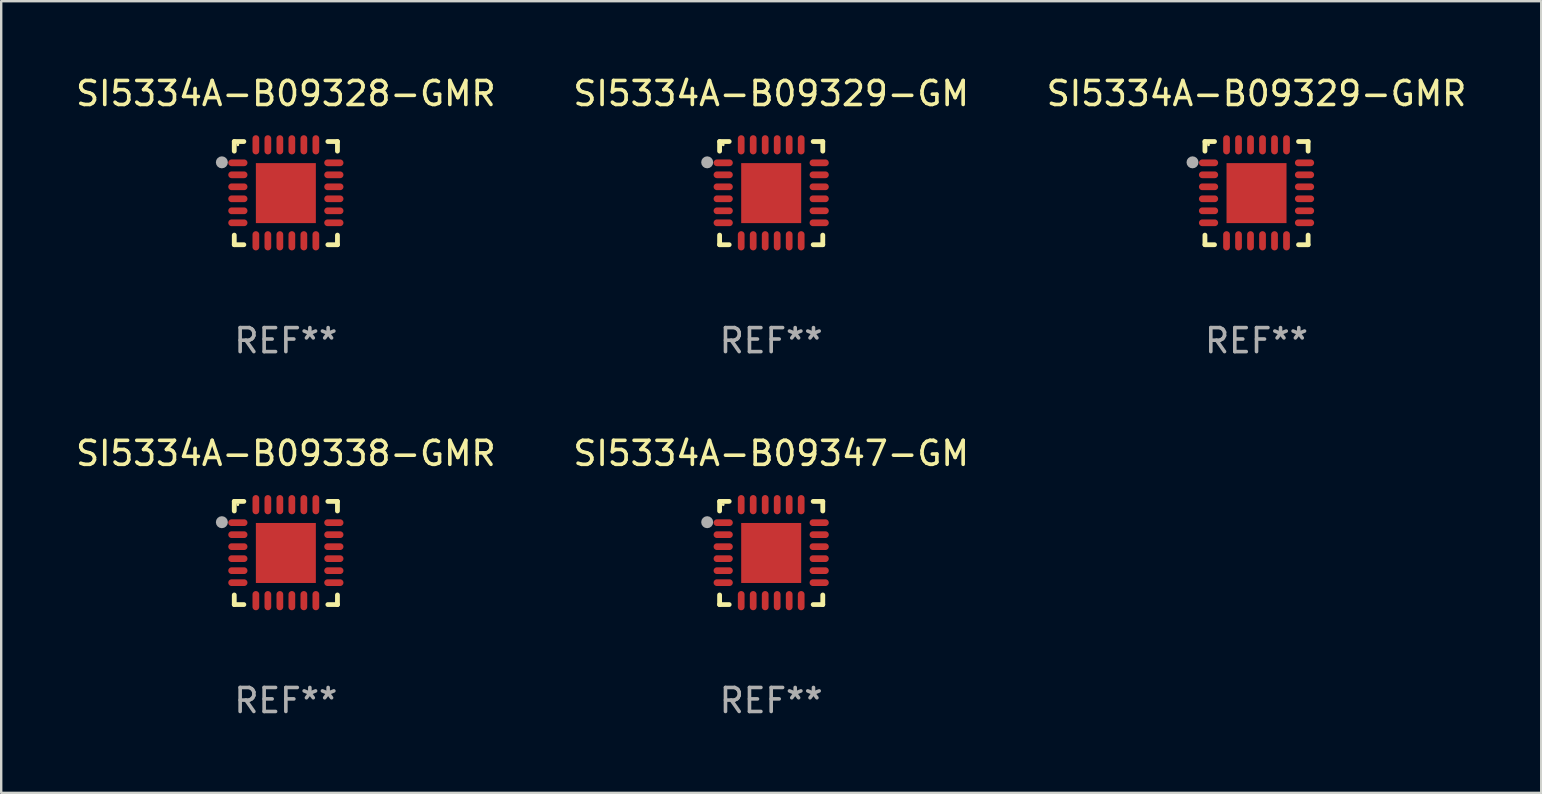
<source format=kicad_pcb>
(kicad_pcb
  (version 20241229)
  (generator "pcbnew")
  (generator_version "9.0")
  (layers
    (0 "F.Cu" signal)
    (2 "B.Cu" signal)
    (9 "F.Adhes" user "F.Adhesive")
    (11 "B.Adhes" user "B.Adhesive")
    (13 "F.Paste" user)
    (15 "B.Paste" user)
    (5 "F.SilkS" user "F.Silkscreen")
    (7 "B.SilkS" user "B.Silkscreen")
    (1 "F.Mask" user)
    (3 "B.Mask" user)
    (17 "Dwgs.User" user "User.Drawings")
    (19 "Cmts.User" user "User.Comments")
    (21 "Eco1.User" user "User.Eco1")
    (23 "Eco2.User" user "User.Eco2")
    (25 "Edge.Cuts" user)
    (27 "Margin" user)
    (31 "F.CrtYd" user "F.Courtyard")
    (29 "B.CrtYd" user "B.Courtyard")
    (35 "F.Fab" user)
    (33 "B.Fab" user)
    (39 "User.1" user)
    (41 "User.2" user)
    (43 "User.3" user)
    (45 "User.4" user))
  (footprint "SI5334A-B09329-GMR"
    (layer "F.Cu")
    (at 49.315 4.998)
    (property "Reference" "SI5334A-B09329-GMR" (at 0 -4.15 0) (layer "F.SilkS") (effects (font (size 1 1) (thickness 0.15))))
    (attr through_hole)
    (fp_line (start -2.15 -2.15) (end -1.75 -2.15) (stroke (width 0.2) (type solid)) (layer "F.SilkS"))
    (fp_line (start -2.15 -1.75) (end -2.15 -2.15) (stroke (width 0.2) (type solid)) (layer "F.SilkS"))
    (fp_line (start -2.15 2.15) (end -2.15 1.75) (stroke (width 0.2) (type solid)) (layer "F.SilkS"))
    (fp_line (start -1.75 2.15) (end -2.15 2.15) (stroke (width 0.2) (type solid)) (layer "F.SilkS"))
    (fp_line (start 1.75 -2.15) (end 2.15 -2.15) (stroke (width 0.2) (type solid)) (layer "F.SilkS"))
    (fp_line (start 1.75 2.15) (end 2.15 2.15) (stroke (width 0.2) (type solid)) (layer "F.SilkS"))
    (fp_line (start 2.15 -2.15) (end 2.15 -1.75) (stroke (width 0.2) (type solid)) (layer "F.SilkS"))
    (fp_line (start 2.15 2.15) (end 2.15 1.75) (stroke (width 0.2) (type solid)) (layer "F.SilkS"))
    (fp_circle (center -2 -2.013) (end -1.97 -2.013) (stroke (width 0.06) (type solid)) (fill no) (layer "F.SilkS"))
    (fp_circle (center -2.667 -1.283) (end -2.542 -1.283) (stroke (width 0.25) (type solid)) (fill no) (layer "F.Fab"))
    (fp_text user "REF**" (at 0 6.15 0) (layer "F.Fab") (effects (font (size 1 1) (thickness 0.15))))
    (pad "1" smd oval (at -2 -1.263) (size 0.8 0.28) (layers "F.Cu" "F.Mask" "F.Paste"))
    (pad "2" smd oval (at -2 -0.763) (size 0.8 0.28) (layers "F.Cu" "F.Mask" "F.Paste"))
    (pad "3" smd oval (at -2 -0.263) (size 0.8 0.28) (layers "F.Cu" "F.Mask" "F.Paste"))
    (pad "4" smd oval (at -2 0.237) (size 0.8 0.28) (layers "F.Cu" "F.Mask" "F.Paste"))
    (pad "5" smd oval (at -2 0.737) (size 0.8 0.28) (layers "F.Cu" "F.Mask" "F.Paste"))
    (pad "6" smd oval (at -2 1.237) (size 0.8 0.28) (layers "F.Cu" "F.Mask" "F.Paste"))
    (pad "7" smd oval (at -1.25 1.987) (size 0.28 0.8) (layers "F.Cu" "F.Mask" "F.Paste"))
    (pad "8" smd oval (at -0.75 1.987) (size 0.28 0.8) (layers "F.Cu" "F.Mask" "F.Paste"))
    (pad "9" smd oval (at -0.25 1.987) (size 0.28 0.8) (layers "F.Cu" "F.Mask" "F.Paste"))
    (pad "10" smd oval (at 0.25 1.987) (size 0.28 0.8) (layers "F.Cu" "F.Mask" "F.Paste"))
    (pad "11" smd oval (at 0.75 1.987) (size 0.28 0.8) (layers "F.Cu" "F.Mask" "F.Paste"))
    (pad "12" smd oval (at 1.25 1.987) (size 0.28 0.8) (layers "F.Cu" "F.Mask" "F.Paste"))
    (pad "13" smd oval (at 2 1.237) (size 0.8 0.28) (layers "F.Cu" "F.Mask" "F.Paste"))
    (pad "14" smd oval (at 2 0.737) (size 0.8 0.28) (layers "F.Cu" "F.Mask" "F.Paste"))
    (pad "15" smd oval (at 2 0.237) (size 0.8 0.28) (layers "F.Cu" "F.Mask" "F.Paste"))
    (pad "16" smd oval (at 2 -0.263) (size 0.8 0.28) (layers "F.Cu" "F.Mask" "F.Paste"))
    (pad "17" smd oval (at 2 -0.763) (size 0.8 0.28) (layers "F.Cu" "F.Mask" "F.Paste"))
    (pad "18" smd oval (at 2 -1.263) (size 0.8 0.28) (layers "F.Cu" "F.Mask" "F.Paste"))
    (pad "19" smd oval (at 1.25 -2.013) (size 0.28 0.8) (layers "F.Cu" "F.Mask" "F.Paste"))
    (pad "20" smd oval (at 0.75 -2.013) (size 0.28 0.8) (layers "F.Cu" "F.Mask" "F.Paste"))
    (pad "21" smd oval (at 0.25 -2.013) (size 0.28 0.8) (layers "F.Cu" "F.Mask" "F.Paste"))
    (pad "22" smd oval (at -0.25 -2.013) (size 0.28 0.8) (layers "F.Cu" "F.Mask" "F.Paste"))
    (pad "23" smd oval (at -0.75 -2.013) (size 0.28 0.8) (layers "F.Cu" "F.Mask" "F.Paste"))
    (pad "24" smd oval (at -1.25 -2.013) (size 0.28 0.8) (layers "F.Cu" "F.Mask" "F.Paste"))
    (pad "25" smd rect (at -0.000127 -0.00014) (size 2.5 2.5) (layers "F.Cu" "F.Mask" "F.Paste")))
  (footprint "SI5334A-B09328-GMR"
    (layer "F.Cu")
    (at 8.863 4.998)
    (property "Reference" "SI5334A-B09328-GMR" (at 0 -4.15 0) (layer "F.SilkS") (effects (font (size 1 1) (thickness 0.15))))
    (attr through_hole)
    (fp_line (start -2.15 -2.15) (end -1.75 -2.15) (stroke (width 0.2) (type solid)) (layer "F.SilkS"))
    (fp_line (start -2.15 -1.75) (end -2.15 -2.15) (stroke (width 0.2) (type solid)) (layer "F.SilkS"))
    (fp_line (start -2.15 2.15) (end -2.15 1.75) (stroke (width 0.2) (type solid)) (layer "F.SilkS"))
    (fp_line (start -1.75 2.15) (end -2.15 2.15) (stroke (width 0.2) (type solid)) (layer "F.SilkS"))
    (fp_line (start 1.75 -2.15) (end 2.15 -2.15) (stroke (width 0.2) (type solid)) (layer "F.SilkS"))
    (fp_line (start 1.75 2.15) (end 2.15 2.15) (stroke (width 0.2) (type solid)) (layer "F.SilkS"))
    (fp_line (start 2.15 -2.15) (end 2.15 -1.75) (stroke (width 0.2) (type solid)) (layer "F.SilkS"))
    (fp_line (start 2.15 2.15) (end 2.15 1.75) (stroke (width 0.2) (type solid)) (layer "F.SilkS"))
    (fp_circle (center -2 -2.013) (end -1.97 -2.013) (stroke (width 0.06) (type solid)) (fill no) (layer "F.SilkS"))
    (fp_circle (center -2.667 -1.283) (end -2.542 -1.283) (stroke (width 0.25) (type solid)) (fill no) (layer "F.Fab"))
    (fp_text user "REF**" (at 0 6.15 0) (layer "F.Fab") (effects (font (size 1 1) (thickness 0.15))))
    (pad "1" smd oval (at -2 -1.263) (size 0.8 0.28) (layers "F.Cu" "F.Mask" "F.Paste"))
    (pad "2" smd oval (at -2 -0.763) (size 0.8 0.28) (layers "F.Cu" "F.Mask" "F.Paste"))
    (pad "3" smd oval (at -2 -0.263) (size 0.8 0.28) (layers "F.Cu" "F.Mask" "F.Paste"))
    (pad "4" smd oval (at -2 0.237) (size 0.8 0.28) (layers "F.Cu" "F.Mask" "F.Paste"))
    (pad "5" smd oval (at -2 0.737) (size 0.8 0.28) (layers "F.Cu" "F.Mask" "F.Paste"))
    (pad "6" smd oval (at -2 1.237) (size 0.8 0.28) (layers "F.Cu" "F.Mask" "F.Paste"))
    (pad "7" smd oval (at -1.25 1.987) (size 0.28 0.8) (layers "F.Cu" "F.Mask" "F.Paste"))
    (pad "8" smd oval (at -0.75 1.987) (size 0.28 0.8) (layers "F.Cu" "F.Mask" "F.Paste"))
    (pad "9" smd oval (at -0.25 1.987) (size 0.28 0.8) (layers "F.Cu" "F.Mask" "F.Paste"))
    (pad "10" smd oval (at 0.25 1.987) (size 0.28 0.8) (layers "F.Cu" "F.Mask" "F.Paste"))
    (pad "11" smd oval (at 0.75 1.987) (size 0.28 0.8) (layers "F.Cu" "F.Mask" "F.Paste"))
    (pad "12" smd oval (at 1.25 1.987) (size 0.28 0.8) (layers "F.Cu" "F.Mask" "F.Paste"))
    (pad "13" smd oval (at 2 1.237) (size 0.8 0.28) (layers "F.Cu" "F.Mask" "F.Paste"))
    (pad "14" smd oval (at 2 0.737) (size 0.8 0.28) (layers "F.Cu" "F.Mask" "F.Paste"))
    (pad "15" smd oval (at 2 0.237) (size 0.8 0.28) (layers "F.Cu" "F.Mask" "F.Paste"))
    (pad "16" smd oval (at 2 -0.263) (size 0.8 0.28) (layers "F.Cu" "F.Mask" "F.Paste"))
    (pad "17" smd oval (at 2 -0.763) (size 0.8 0.28) (layers "F.Cu" "F.Mask" "F.Paste"))
    (pad "18" smd oval (at 2 -1.263) (size 0.8 0.28) (layers "F.Cu" "F.Mask" "F.Paste"))
    (pad "19" smd oval (at 1.25 -2.013) (size 0.28 0.8) (layers "F.Cu" "F.Mask" "F.Paste"))
    (pad "20" smd oval (at 0.75 -2.013) (size 0.28 0.8) (layers "F.Cu" "F.Mask" "F.Paste"))
    (pad "21" smd oval (at 0.25 -2.013) (size 0.28 0.8) (layers "F.Cu" "F.Mask" "F.Paste"))
    (pad "22" smd oval (at -0.25 -2.013) (size 0.28 0.8) (layers "F.Cu" "F.Mask" "F.Paste"))
    (pad "23" smd oval (at -0.75 -2.013) (size 0.28 0.8) (layers "F.Cu" "F.Mask" "F.Paste"))
    (pad "24" smd oval (at -1.25 -2.013) (size 0.28 0.8) (layers "F.Cu" "F.Mask" "F.Paste"))
    (pad "25" smd rect (at -0.000127 -0.00014) (size 2.5 2.5) (layers "F.Cu" "F.Mask" "F.Paste")))
  (footprint "SI5334A-B09338-GMR"
    (layer "F.Cu")
    (at 8.863 19.995)
    (property "Reference" "SI5334A-B09338-GMR" (at 0 -4.15 0) (layer "F.SilkS") (effects (font (size 1 1) (thickness 0.15))))
    (attr through_hole)
    (fp_line (start -2.15 -2.15) (end -1.75 -2.15) (stroke (width 0.2) (type solid)) (layer "F.SilkS"))
    (fp_line (start -2.15 -1.75) (end -2.15 -2.15) (stroke (width 0.2) (type solid)) (layer "F.SilkS"))
    (fp_line (start -2.15 2.15) (end -2.15 1.75) (stroke (width 0.2) (type solid)) (layer "F.SilkS"))
    (fp_line (start -1.75 2.15) (end -2.15 2.15) (stroke (width 0.2) (type solid)) (layer "F.SilkS"))
    (fp_line (start 1.75 -2.15) (end 2.15 -2.15) (stroke (width 0.2) (type solid)) (layer "F.SilkS"))
    (fp_line (start 1.75 2.15) (end 2.15 2.15) (stroke (width 0.2) (type solid)) (layer "F.SilkS"))
    (fp_line (start 2.15 -2.15) (end 2.15 -1.75) (stroke (width 0.2) (type solid)) (layer "F.SilkS"))
    (fp_line (start 2.15 2.15) (end 2.15 1.75) (stroke (width 0.2) (type solid)) (layer "F.SilkS"))
    (fp_circle (center -2 -2.013) (end -1.97 -2.013) (stroke (width 0.06) (type solid)) (fill no) (layer "F.SilkS"))
    (fp_circle (center -2.667 -1.283) (end -2.542 -1.283) (stroke (width 0.25) (type solid)) (fill no) (layer "F.Fab"))
    (fp_text user "REF**" (at 0 6.15 0) (layer "F.Fab") (effects (font (size 1 1) (thickness 0.15))))
    (pad "1" smd oval (at -2 -1.263) (size 0.8 0.28) (layers "F.Cu" "F.Mask" "F.Paste"))
    (pad "2" smd oval (at -2 -0.763) (size 0.8 0.28) (layers "F.Cu" "F.Mask" "F.Paste"))
    (pad "3" smd oval (at -2 -0.263) (size 0.8 0.28) (layers "F.Cu" "F.Mask" "F.Paste"))
    (pad "4" smd oval (at -2 0.237) (size 0.8 0.28) (layers "F.Cu" "F.Mask" "F.Paste"))
    (pad "5" smd oval (at -2 0.737) (size 0.8 0.28) (layers "F.Cu" "F.Mask" "F.Paste"))
    (pad "6" smd oval (at -2 1.237) (size 0.8 0.28) (layers "F.Cu" "F.Mask" "F.Paste"))
    (pad "7" smd oval (at -1.25 1.987) (size 0.28 0.8) (layers "F.Cu" "F.Mask" "F.Paste"))
    (pad "8" smd oval (at -0.75 1.987) (size 0.28 0.8) (layers "F.Cu" "F.Mask" "F.Paste"))
    (pad "9" smd oval (at -0.25 1.987) (size 0.28 0.8) (layers "F.Cu" "F.Mask" "F.Paste"))
    (pad "10" smd oval (at 0.25 1.987) (size 0.28 0.8) (layers "F.Cu" "F.Mask" "F.Paste"))
    (pad "11" smd oval (at 0.75 1.987) (size 0.28 0.8) (layers "F.Cu" "F.Mask" "F.Paste"))
    (pad "12" smd oval (at 1.25 1.987) (size 0.28 0.8) (layers "F.Cu" "F.Mask" "F.Paste"))
    (pad "13" smd oval (at 2 1.237) (size 0.8 0.28) (layers "F.Cu" "F.Mask" "F.Paste"))
    (pad "14" smd oval (at 2 0.737) (size 0.8 0.28) (layers "F.Cu" "F.Mask" "F.Paste"))
    (pad "15" smd oval (at 2 0.237) (size 0.8 0.28) (layers "F.Cu" "F.Mask" "F.Paste"))
    (pad "16" smd oval (at 2 -0.263) (size 0.8 0.28) (layers "F.Cu" "F.Mask" "F.Paste"))
    (pad "17" smd oval (at 2 -0.763) (size 0.8 0.28) (layers "F.Cu" "F.Mask" "F.Paste"))
    (pad "18" smd oval (at 2 -1.263) (size 0.8 0.28) (layers "F.Cu" "F.Mask" "F.Paste"))
    (pad "19" smd oval (at 1.25 -2.013) (size 0.28 0.8) (layers "F.Cu" "F.Mask" "F.Paste"))
    (pad "20" smd oval (at 0.75 -2.013) (size 0.28 0.8) (layers "F.Cu" "F.Mask" "F.Paste"))
    (pad "21" smd oval (at 0.25 -2.013) (size 0.28 0.8) (layers "F.Cu" "F.Mask" "F.Paste"))
    (pad "22" smd oval (at -0.25 -2.013) (size 0.28 0.8) (layers "F.Cu" "F.Mask" "F.Paste"))
    (pad "23" smd oval (at -0.75 -2.013) (size 0.28 0.8) (layers "F.Cu" "F.Mask" "F.Paste"))
    (pad "24" smd oval (at -1.25 -2.013) (size 0.28 0.8) (layers "F.Cu" "F.Mask" "F.Paste"))
    (pad "25" smd rect (at -0.000127 -0.00014) (size 2.5 2.5) (layers "F.Cu" "F.Mask" "F.Paste")))
  (footprint "SI5334A-B09347-GM"
    (layer "F.Cu")
    (at 29.089 19.995)
    (property "Reference" "SI5334A-B09347-GM" (at 0 -4.15 0) (layer "F.SilkS") (effects (font (size 1 1) (thickness 0.15))))
    (attr through_hole)
    (fp_line (start -2.15 -2.15) (end -1.75 -2.15) (stroke (width 0.2) (type solid)) (layer "F.SilkS"))
    (fp_line (start -2.15 -1.75) (end -2.15 -2.15) (stroke (width 0.2) (type solid)) (layer "F.SilkS"))
    (fp_line (start -2.15 2.15) (end -2.15 1.75) (stroke (width 0.2) (type solid)) (layer "F.SilkS"))
    (fp_line (start -1.75 2.15) (end -2.15 2.15) (stroke (width 0.2) (type solid)) (layer "F.SilkS"))
    (fp_line (start 1.75 -2.15) (end 2.15 -2.15) (stroke (width 0.2) (type solid)) (layer "F.SilkS"))
    (fp_line (start 1.75 2.15) (end 2.15 2.15) (stroke (width 0.2) (type solid)) (layer "F.SilkS"))
    (fp_line (start 2.15 -2.15) (end 2.15 -1.75) (stroke (width 0.2) (type solid)) (layer "F.SilkS"))
    (fp_line (start 2.15 2.15) (end 2.15 1.75) (stroke (width 0.2) (type solid)) (layer "F.SilkS"))
    (fp_circle (center -2 -2.013) (end -1.97 -2.013) (stroke (width 0.06) (type solid)) (fill no) (layer "F.SilkS"))
    (fp_circle (center -2.667 -1.283) (end -2.542 -1.283) (stroke (width 0.25) (type solid)) (fill no) (layer "F.Fab"))
    (fp_text user "REF**" (at 0 6.15 0) (layer "F.Fab") (effects (font (size 1 1) (thickness 0.15))))
    (pad "1" smd oval (at -2 -1.263) (size 0.8 0.28) (layers "F.Cu" "F.Mask" "F.Paste"))
    (pad "2" smd oval (at -2 -0.763) (size 0.8 0.28) (layers "F.Cu" "F.Mask" "F.Paste"))
    (pad "3" smd oval (at -2 -0.263) (size 0.8 0.28) (layers "F.Cu" "F.Mask" "F.Paste"))
    (pad "4" smd oval (at -2 0.237) (size 0.8 0.28) (layers "F.Cu" "F.Mask" "F.Paste"))
    (pad "5" smd oval (at -2 0.737) (size 0.8 0.28) (layers "F.Cu" "F.Mask" "F.Paste"))
    (pad "6" smd oval (at -2 1.237) (size 0.8 0.28) (layers "F.Cu" "F.Mask" "F.Paste"))
    (pad "7" smd oval (at -1.25 1.987) (size 0.28 0.8) (layers "F.Cu" "F.Mask" "F.Paste"))
    (pad "8" smd oval (at -0.75 1.987) (size 0.28 0.8) (layers "F.Cu" "F.Mask" "F.Paste"))
    (pad "9" smd oval (at -0.25 1.987) (size 0.28 0.8) (layers "F.Cu" "F.Mask" "F.Paste"))
    (pad "10" smd oval (at 0.25 1.987) (size 0.28 0.8) (layers "F.Cu" "F.Mask" "F.Paste"))
    (pad "11" smd oval (at 0.75 1.987) (size 0.28 0.8) (layers "F.Cu" "F.Mask" "F.Paste"))
    (pad "12" smd oval (at 1.25 1.987) (size 0.28 0.8) (layers "F.Cu" "F.Mask" "F.Paste"))
    (pad "13" smd oval (at 2 1.237) (size 0.8 0.28) (layers "F.Cu" "F.Mask" "F.Paste"))
    (pad "14" smd oval (at 2 0.737) (size 0.8 0.28) (layers "F.Cu" "F.Mask" "F.Paste"))
    (pad "15" smd oval (at 2 0.237) (size 0.8 0.28) (layers "F.Cu" "F.Mask" "F.Paste"))
    (pad "16" smd oval (at 2 -0.263) (size 0.8 0.28) (layers "F.Cu" "F.Mask" "F.Paste"))
    (pad "17" smd oval (at 2 -0.763) (size 0.8 0.28) (layers "F.Cu" "F.Mask" "F.Paste"))
    (pad "18" smd oval (at 2 -1.263) (size 0.8 0.28) (layers "F.Cu" "F.Mask" "F.Paste"))
    (pad "19" smd oval (at 1.25 -2.013) (size 0.28 0.8) (layers "F.Cu" "F.Mask" "F.Paste"))
    (pad "20" smd oval (at 0.75 -2.013) (size 0.28 0.8) (layers "F.Cu" "F.Mask" "F.Paste"))
    (pad "21" smd oval (at 0.25 -2.013) (size 0.28 0.8) (layers "F.Cu" "F.Mask" "F.Paste"))
    (pad "22" smd oval (at -0.25 -2.013) (size 0.28 0.8) (layers "F.Cu" "F.Mask" "F.Paste"))
    (pad "23" smd oval (at -0.75 -2.013) (size 0.28 0.8) (layers "F.Cu" "F.Mask" "F.Paste"))
    (pad "24" smd oval (at -1.25 -2.013) (size 0.28 0.8) (layers "F.Cu" "F.Mask" "F.Paste"))
    (pad "25" smd rect (at -0.000127 -0.00014) (size 2.5 2.5) (layers "F.Cu" "F.Mask" "F.Paste")))
  (footprint "SI5334A-B09329-GM"
    (layer "F.Cu")
    (at 29.089 4.998)
    (property "Reference" "SI5334A-B09329-GM" (at 0 -4.15 0) (layer "F.SilkS") (effects (font (size 1 1) (thickness 0.15))))
    (attr through_hole)
    (fp_line (start -2.15 -2.15) (end -1.75 -2.15) (stroke (width 0.2) (type solid)) (layer "F.SilkS"))
    (fp_line (start -2.15 -1.75) (end -2.15 -2.15) (stroke (width 0.2) (type solid)) (layer "F.SilkS"))
    (fp_line (start -2.15 2.15) (end -2.15 1.75) (stroke (width 0.2) (type solid)) (layer "F.SilkS"))
    (fp_line (start -1.75 2.15) (end -2.15 2.15) (stroke (width 0.2) (type solid)) (layer "F.SilkS"))
    (fp_line (start 1.75 -2.15) (end 2.15 -2.15) (stroke (width 0.2) (type solid)) (layer "F.SilkS"))
    (fp_line (start 1.75 2.15) (end 2.15 2.15) (stroke (width 0.2) (type solid)) (layer "F.SilkS"))
    (fp_line (start 2.15 -2.15) (end 2.15 -1.75) (stroke (width 0.2) (type solid)) (layer "F.SilkS"))
    (fp_line (start 2.15 2.15) (end 2.15 1.75) (stroke (width 0.2) (type solid)) (layer "F.SilkS"))
    (fp_circle (center -2 -2.013) (end -1.97 -2.013) (stroke (width 0.06) (type solid)) (fill no) (layer "F.SilkS"))
    (fp_circle (center -2.667 -1.283) (end -2.542 -1.283) (stroke (width 0.25) (type solid)) (fill no) (layer "F.Fab"))
    (fp_text user "REF**" (at 0 6.15 0) (layer "F.Fab") (effects (font (size 1 1) (thickness 0.15))))
    (pad "1" smd oval (at -2 -1.263) (size 0.8 0.28) (layers "F.Cu" "F.Mask" "F.Paste"))
    (pad "2" smd oval (at -2 -0.763) (size 0.8 0.28) (layers "F.Cu" "F.Mask" "F.Paste"))
    (pad "3" smd oval (at -2 -0.263) (size 0.8 0.28) (layers "F.Cu" "F.Mask" "F.Paste"))
    (pad "4" smd oval (at -2 0.237) (size 0.8 0.28) (layers "F.Cu" "F.Mask" "F.Paste"))
    (pad "5" smd oval (at -2 0.737) (size 0.8 0.28) (layers "F.Cu" "F.Mask" "F.Paste"))
    (pad "6" smd oval (at -2 1.237) (size 0.8 0.28) (layers "F.Cu" "F.Mask" "F.Paste"))
    (pad "7" smd oval (at -1.25 1.987) (size 0.28 0.8) (layers "F.Cu" "F.Mask" "F.Paste"))
    (pad "8" smd oval (at -0.75 1.987) (size 0.28 0.8) (layers "F.Cu" "F.Mask" "F.Paste"))
    (pad "9" smd oval (at -0.25 1.987) (size 0.28 0.8) (layers "F.Cu" "F.Mask" "F.Paste"))
    (pad "10" smd oval (at 0.25 1.987) (size 0.28 0.8) (layers "F.Cu" "F.Mask" "F.Paste"))
    (pad "11" smd oval (at 0.75 1.987) (size 0.28 0.8) (layers "F.Cu" "F.Mask" "F.Paste"))
    (pad "12" smd oval (at 1.25 1.987) (size 0.28 0.8) (layers "F.Cu" "F.Mask" "F.Paste"))
    (pad "13" smd oval (at 2 1.237) (size 0.8 0.28) (layers "F.Cu" "F.Mask" "F.Paste"))
    (pad "14" smd oval (at 2 0.737) (size 0.8 0.28) (layers "F.Cu" "F.Mask" "F.Paste"))
    (pad "15" smd oval (at 2 0.237) (size 0.8 0.28) (layers "F.Cu" "F.Mask" "F.Paste"))
    (pad "16" smd oval (at 2 -0.263) (size 0.8 0.28) (layers "F.Cu" "F.Mask" "F.Paste"))
    (pad "17" smd oval (at 2 -0.763) (size 0.8 0.28) (layers "F.Cu" "F.Mask" "F.Paste"))
    (pad "18" smd oval (at 2 -1.263) (size 0.8 0.28) (layers "F.Cu" "F.Mask" "F.Paste"))
    (pad "19" smd oval (at 1.25 -2.013) (size 0.28 0.8) (layers "F.Cu" "F.Mask" "F.Paste"))
    (pad "20" smd oval (at 0.75 -2.013) (size 0.28 0.8) (layers "F.Cu" "F.Mask" "F.Paste"))
    (pad "21" smd oval (at 0.25 -2.013) (size 0.28 0.8) (layers "F.Cu" "F.Mask" "F.Paste"))
    (pad "22" smd oval (at -0.25 -2.013) (size 0.28 0.8) (layers "F.Cu" "F.Mask" "F.Paste"))
    (pad "23" smd oval (at -0.75 -2.013) (size 0.28 0.8) (layers "F.Cu" "F.Mask" "F.Paste"))
    (pad "24" smd oval (at -1.25 -2.013) (size 0.28 0.8) (layers "F.Cu" "F.Mask" "F.Paste"))
    (pad "25" smd rect (at -0.000127 -0.00014) (size 2.5 2.5) (layers "F.Cu" "F.Mask" "F.Paste")))
  (gr_rect
    (start -3 -3)
    (end 61.179 29.993)
    (stroke (width 0.1) (type default))
    (fill no)
    (layer "Edge.Cuts")))
</source>
